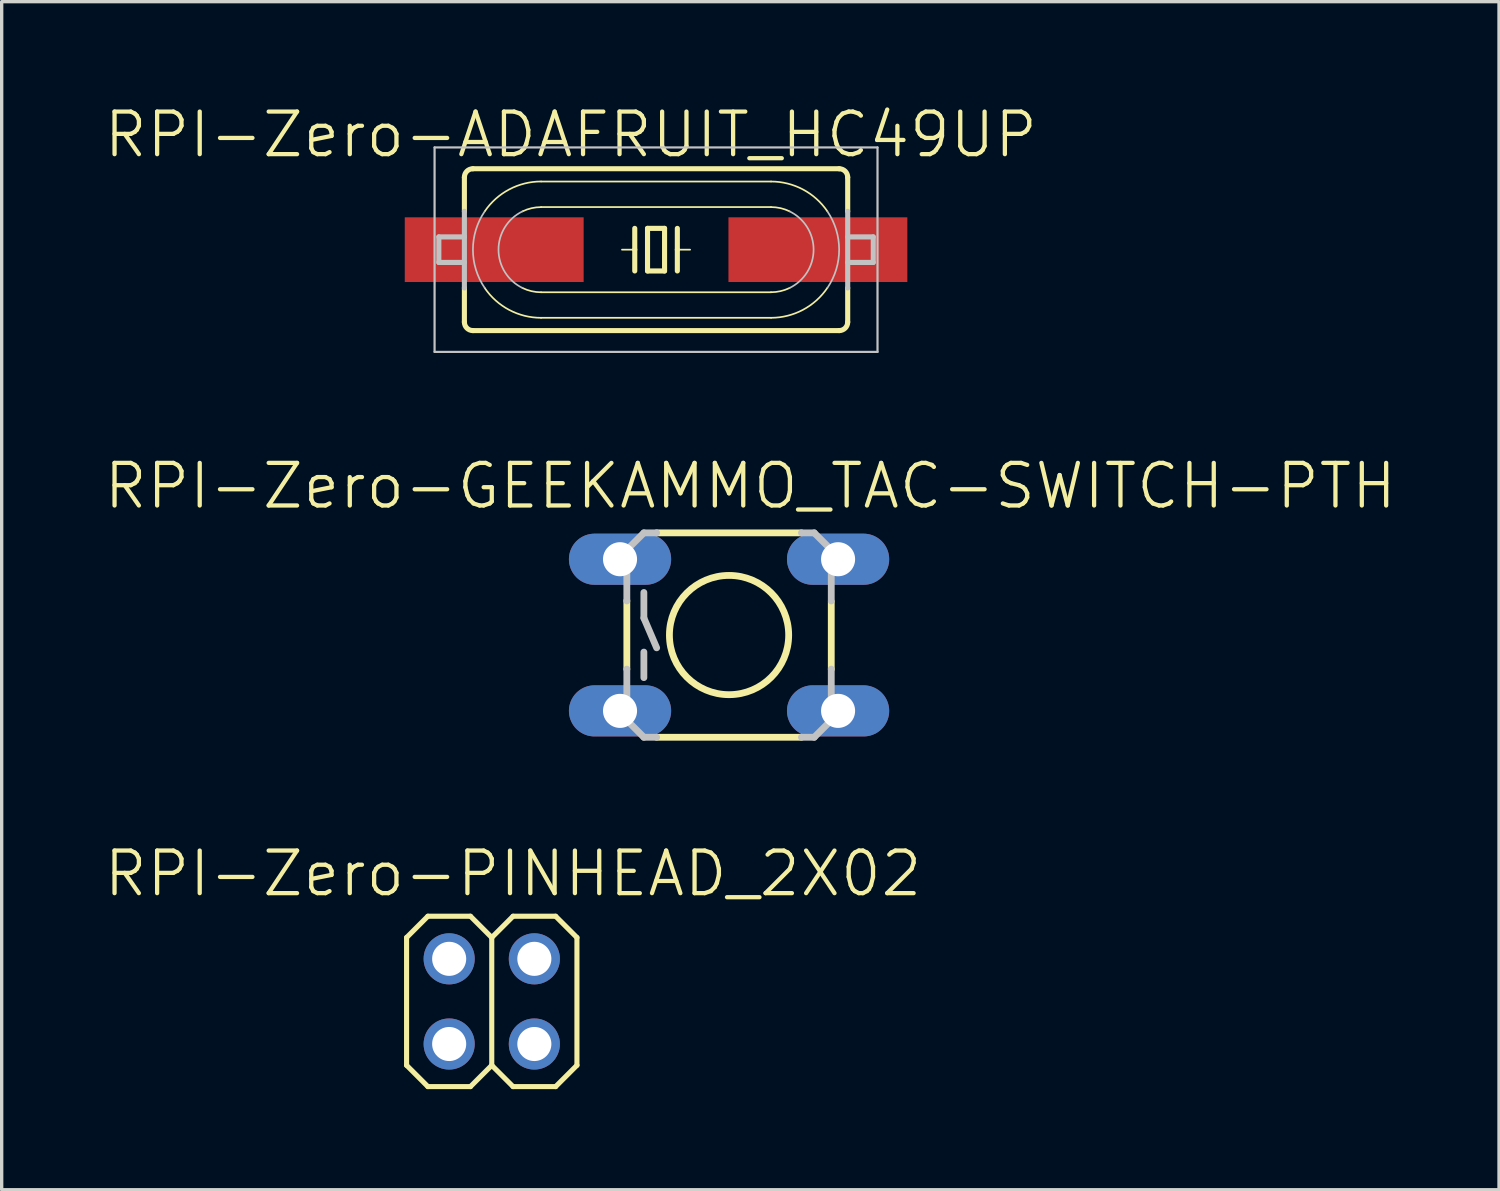
<source format=kicad_pcb>
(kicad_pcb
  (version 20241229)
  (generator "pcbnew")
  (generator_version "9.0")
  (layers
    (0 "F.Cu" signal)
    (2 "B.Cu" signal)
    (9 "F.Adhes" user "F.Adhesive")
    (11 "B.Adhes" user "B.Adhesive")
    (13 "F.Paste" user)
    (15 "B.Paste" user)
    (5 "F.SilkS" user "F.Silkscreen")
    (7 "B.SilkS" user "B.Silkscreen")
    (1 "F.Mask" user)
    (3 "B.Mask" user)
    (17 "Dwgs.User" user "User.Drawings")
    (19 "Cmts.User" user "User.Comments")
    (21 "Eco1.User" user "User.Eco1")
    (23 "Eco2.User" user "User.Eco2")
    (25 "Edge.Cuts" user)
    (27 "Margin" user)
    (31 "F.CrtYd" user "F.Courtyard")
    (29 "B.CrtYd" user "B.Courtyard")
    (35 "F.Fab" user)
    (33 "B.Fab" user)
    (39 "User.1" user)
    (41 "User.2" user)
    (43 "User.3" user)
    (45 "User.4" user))
  (footprint "RPI-Zero-ADAFRUIT_HC49UP"
    (layer "F.Cu")
    (at 16.513 4.395)
    (property "Reference" "RPI-Zero-ADAFRUIT_HC49UP" (at -2.54 -3.429 0) (layer "F.SilkS") (effects (font (size 1.27 1.27) (thickness 0.127))))
    (attr smd)
    (fp_line (start -5.715 -1.143) (end -5.715 -2.159) (stroke (width 0.152) (type solid)) (layer "F.SilkS"))
    (fp_line (start -5.715 2.159) (end -5.715 1.143) (stroke (width 0.152) (type solid)) (layer "F.SilkS"))
    (fp_line (start -3.429 -2.032) (end 3.429 -2.032) (stroke (width 0.051) (type solid)) (layer "F.SilkS"))
    (fp_line (start -3.429 -1.27) (end 3.429 -1.27) (stroke (width 0.051) (type solid)) (layer "F.SilkS"))
    (fp_line (start -0.635 -0.635) (end -0.635 0) (stroke (width 0.152) (type solid)) (layer "F.SilkS"))
    (fp_line (start -0.635 0) (end -1.016 0) (stroke (width 0.051) (type solid)) (layer "F.SilkS"))
    (fp_line (start -0.635 0) (end -0.635 0.635) (stroke (width 0.152) (type solid)) (layer "F.SilkS"))
    (fp_line (start -0.254 -0.635) (end -0.254 0.635) (stroke (width 0.152) (type solid)) (layer "F.SilkS"))
    (fp_line (start -0.254 0.635) (end 0.254 0.635) (stroke (width 0.152) (type solid)) (layer "F.SilkS"))
    (fp_line (start 0.254 -0.635) (end -0.254 -0.635) (stroke (width 0.152) (type solid)) (layer "F.SilkS"))
    (fp_line (start 0.254 0.635) (end 0.254 -0.635) (stroke (width 0.152) (type solid)) (layer "F.SilkS"))
    (fp_line (start 0.635 -0.635) (end 0.635 0) (stroke (width 0.152) (type solid)) (layer "F.SilkS"))
    (fp_line (start 0.635 0) (end 0.635 0.635) (stroke (width 0.152) (type solid)) (layer "F.SilkS"))
    (fp_line (start 0.635 0) (end 1.016 0) (stroke (width 0.051) (type solid)) (layer "F.SilkS"))
    (fp_line (start 3.429 1.27) (end -3.429 1.27) (stroke (width 0.051) (type solid)) (layer "F.SilkS"))
    (fp_line (start 3.429 2.032) (end -3.429 2.032) (stroke (width 0.051) (type solid)) (layer "F.SilkS"))
    (fp_line (start 5.461 -2.413) (end -5.461 -2.413) (stroke (width 0.152) (type solid)) (layer "F.SilkS"))
    (fp_line (start 5.461 2.413) (end -5.461 2.413) (stroke (width 0.152) (type solid)) (layer "F.SilkS"))
    (fp_line (start 5.715 -1.143) (end 5.715 -2.159) (stroke (width 0.152) (type solid)) (layer "F.SilkS"))
    (fp_line (start 5.715 2.159) (end 5.715 1.143) (stroke (width 0.152) (type solid)) (layer "F.SilkS"))
    (fp_arc (start -5.715 -2.159) (mid -5.640605 -2.338605) (end -5.461 -2.413) (stroke (width 0.1524) (type solid)) (layer "F.SilkS"))
    (fp_arc (start -5.461 2.413) (mid -5.640605 2.338605) (end -5.715 2.159) (stroke (width 0.1524) (type solid)) (layer "F.SilkS"))
    (fp_arc (start -5.10794 -1.143) (mid -4.379218 -1.796128) (end -3.429787 -2.033178) (stroke (width 0.0508) (type solid)) (layer "F.SilkS"))
    (fp_arc (start -3.98018 -1.143) (mid -3.711094 -1.237203) (end -3.427769 -1.268955) (stroke (width 0.0508) (type solid)) (layer "F.SilkS"))
    (fp_arc (start -3.429 1.27) (mid -3.712527 1.237947) (end -3.981743 1.143405) (stroke (width 0.0508) (type solid)) (layer "F.SilkS"))
    (fp_arc (start -3.429 2.032) (mid -4.378266 1.796641) (end -5.107632 1.145085) (stroke (width 0.0508) (type solid)) (layer "F.SilkS"))
    (fp_arc (start 3.429 -2.032) (mid 4.378266 -1.796641) (end 5.107632 -1.145085) (stroke (width 0.0508) (type solid)) (layer "F.SilkS"))
    (fp_arc (start 3.429 -1.27) (mid 3.712527 -1.237947) (end 3.981743 -1.143405) (stroke (width 0.0508) (type solid)) (layer "F.SilkS"))
    (fp_arc (start 3.98018 1.143) (mid 3.711094 1.237203) (end 3.427769 1.268955) (stroke (width 0.0508) (type solid)) (layer "F.SilkS"))
    (fp_arc (start 5.10794 1.14046) (mid 4.380405 1.793882) (end 3.431886 2.031747) (stroke (width 0.0508) (type solid)) (layer "F.SilkS"))
    (fp_arc (start 5.461 -2.413) (mid 5.640605 -2.338605) (end 5.715 -2.159) (stroke (width 0.1524) (type solid)) (layer "F.SilkS"))
    (fp_arc (start 5.715 2.159) (mid 5.640605 2.338605) (end 5.461 2.413) (stroke (width 0.1524) (type solid)) (layer "F.SilkS"))
    (fp_line (start -6.604 -3.048) (end 6.604 -3.048) (stroke (width 0.066) (type solid)) (layer "Dwgs.User"))
    (fp_line (start -6.604 3.048) (end -6.604 -3.048) (stroke (width 0.066) (type solid)) (layer "Dwgs.User"))
    (fp_line (start -6.604 3.048) (end 6.604 3.048) (stroke (width 0.066) (type solid)) (layer "Dwgs.User"))
    (fp_line (start -6.477 0.381) (end -6.477 -0.381) (stroke (width 0.152) (type solid)) (layer "Dwgs.User"))
    (fp_line (start -5.715 -0.381) (end -6.477 -0.381) (stroke (width 0.152) (type solid)) (layer "Dwgs.User"))
    (fp_line (start -5.715 -0.381) (end -5.715 -1.143) (stroke (width 0.152) (type solid)) (layer "Dwgs.User"))
    (fp_line (start -5.715 0.381) (end -6.477 0.381) (stroke (width 0.152) (type solid)) (layer "Dwgs.User"))
    (fp_line (start -5.715 0.381) (end -5.715 -0.381) (stroke (width 0.152) (type solid)) (layer "Dwgs.User"))
    (fp_line (start -5.715 1.143) (end -5.715 0.381) (stroke (width 0.152) (type solid)) (layer "Dwgs.User"))
    (fp_line (start 5.715 -0.381) (end 6.477 -0.381) (stroke (width 0.152) (type solid)) (layer "Dwgs.User"))
    (fp_line (start 5.715 0.381) (end 6.477 0.381) (stroke (width 0.152) (type solid)) (layer "Dwgs.User"))
    (fp_line (start 5.715 1.143) (end 5.715 -1.143) (stroke (width 0.152) (type solid)) (layer "Dwgs.User"))
    (fp_line (start 6.477 0.381) (end 6.477 -0.381) (stroke (width 0.152) (type solid)) (layer "Dwgs.User"))
    (fp_line (start 6.604 3.048) (end 6.604 -3.048) (stroke (width 0.066) (type solid)) (layer "Dwgs.User"))
    (fp_arc (start -5.10794 1.143) (mid -5.46008 0.001649) (end -5.109794 -1.140273) (stroke (width 0.0508) (type solid)) (layer "Dwgs.User"))
    (fp_arc (start -3.98018 1.143) (mid -4.697953 0.002339) (end -3.98439 -1.14096) (stroke (width 0.0508) (type solid)) (layer "Dwgs.User"))
    (fp_arc (start 3.98018 -1.143) (mid 4.697953 -0.002339) (end 3.98439 1.14096) (stroke (width 0.0508) (type solid)) (layer "Dwgs.User"))
    (fp_arc (start 5.10794 -1.143) (mid 5.46008 -0.001649) (end 5.109794 1.140273) (stroke (width 0.0508) (type solid)) (layer "Dwgs.User"))
    (pad "1" smd rect (at -4.826 0) (size 5.334 1.93) (layers "F.Cu" "F.Mask" "F.Paste"))
    (pad "2" smd rect (at 4.826 0) (size 5.334 1.93) (layers "F.Cu" "F.Mask" "F.Paste")))
  (footprint "RPI-Zero-GEEKAMMO_TAC-SWITCH-PTH"
    (layer "F.Cu")
    (at 18.69 15.887)
    (property "Reference" "RPI-Zero-GEEKAMMO_TAC-SWITCH-PTH" (at 0.635 -4.445 0) (layer "F.SilkS") (effects (font (size 1.27 1.27) (thickness 0.127))))
    (attr exclude_from_pos_files exclude_from_bom)
    (fp_line (start -3.048 -1.026) (end -3.048 1.016) (stroke (width 0.203) (type solid)) (layer "F.SilkS"))
    (fp_line (start -2.159 3.048) (end 2.159 3.048) (stroke (width 0.203) (type solid)) (layer "F.SilkS"))
    (fp_line (start 2.159 -3.048) (end -2.159 -3.048) (stroke (width 0.203) (type solid)) (layer "F.SilkS"))
    (fp_line (start 3.048 -0.996) (end 3.048 1.016) (stroke (width 0.203) (type solid)) (layer "F.SilkS"))
    (fp_circle (center 0 0) (end 0 -1.778) (stroke (width 0.203) (type solid)) (fill no) (layer "F.SilkS"))
    (fp_line (start -3.048 -2.54) (end -3.048 -1.016) (stroke (width 0.203) (type solid)) (layer "Dwgs.User"))
    (fp_line (start -3.048 2.54) (end -3.048 1.016) (stroke (width 0.203) (type solid)) (layer "Dwgs.User"))
    (fp_line (start -2.54 -3.048) (end -3.048 -2.54) (stroke (width 0.203) (type solid)) (layer "Dwgs.User"))
    (fp_line (start -2.54 -3.048) (end -2.159 -3.048) (stroke (width 0.203) (type solid)) (layer "Dwgs.User"))
    (fp_line (start -2.54 -1.27) (end -2.54 -0.508) (stroke (width 0.203) (type solid)) (layer "Dwgs.User"))
    (fp_line (start -2.54 -0.508) (end -2.159 0.381) (stroke (width 0.203) (type solid)) (layer "Dwgs.User"))
    (fp_line (start -2.54 0.508) (end -2.54 1.27) (stroke (width 0.203) (type solid)) (layer "Dwgs.User"))
    (fp_line (start -2.54 3.048) (end -3.048 2.54) (stroke (width 0.203) (type solid)) (layer "Dwgs.User"))
    (fp_line (start -2.54 3.048) (end -2.159 3.048) (stroke (width 0.203) (type solid)) (layer "Dwgs.User"))
    (fp_line (start 2.54 -3.048) (end 2.159 -3.048) (stroke (width 0.203) (type solid)) (layer "Dwgs.User"))
    (fp_line (start 2.54 3.048) (end 2.159 3.048) (stroke (width 0.203) (type solid)) (layer "Dwgs.User"))
    (fp_line (start 2.54 3.048) (end 3.048 2.54) (stroke (width 0.203) (type solid)) (layer "Dwgs.User"))
    (fp_line (start 3.048 -2.54) (end 2.54 -3.048) (stroke (width 0.203) (type solid)) (layer "Dwgs.User"))
    (fp_line (start 3.048 -1.016) (end 3.048 -2.54) (stroke (width 0.203) (type solid)) (layer "Dwgs.User"))
    (fp_line (start 3.048 2.54) (end 3.048 1.016) (stroke (width 0.203) (type solid)) (layer "Dwgs.User"))
    (pad "1" thru_hole oval (at -3.251 -2.261 90) (size 1.524 3.048) (drill 1.016) (layers "*.Cu" "*.Paste" "*.Mask"))
    (pad "2" thru_hole oval (at 3.251 -2.261 90) (size 1.524 3.048) (drill 1.016) (layers "*.Cu" "*.Paste" "*.Mask"))
    (pad "3" thru_hole oval (at -3.251 2.261 90) (size 1.524 3.048) (drill 1.016) (layers "*.Cu" "*.Paste" "*.Mask"))
    (pad "4" thru_hole oval (at 3.251 2.261 90) (size 1.524 3.048) (drill 1.016) (layers "*.Cu" "*.Paste" "*.Mask")))
  (footprint "RPI-Zero-PINHEAD_2X02"
    (layer "F.Cu")
    (at 11.614 26.812)
    (property "Reference" "RPI-Zero-PINHEAD_2X02" (at 0.635 -3.81 0) (layer "F.SilkS") (effects (font (size 1.27 1.27) (thickness 0.127))))
    (attr exclude_from_pos_files exclude_from_bom)
    (fp_line (start -2.54 -1.905) (end -1.905 -2.54) (stroke (width 0.152) (type solid)) (layer "F.SilkS"))
    (fp_line (start -2.54 1.905) (end -2.54 -1.905) (stroke (width 0.152) (type solid)) (layer "F.SilkS"))
    (fp_line (start -2.54 1.905) (end -1.905 2.54) (stroke (width 0.152) (type solid)) (layer "F.SilkS"))
    (fp_line (start -1.905 -2.54) (end -0.635 -2.54) (stroke (width 0.152) (type solid)) (layer "F.SilkS"))
    (fp_line (start -1.905 2.54) (end -0.635 2.54) (stroke (width 0.152) (type solid)) (layer "F.SilkS"))
    (fp_line (start -0.635 -2.54) (end 0 -1.905) (stroke (width 0.152) (type solid)) (layer "F.SilkS"))
    (fp_line (start -0.635 2.54) (end 0 1.905) (stroke (width 0.152) (type solid)) (layer "F.SilkS"))
    (fp_line (start 0 -1.905) (end 0 1.905) (stroke (width 0.152) (type solid)) (layer "F.SilkS"))
    (fp_line (start 0 -1.905) (end 0.635 -2.54) (stroke (width 0.152) (type solid)) (layer "F.SilkS"))
    (fp_line (start 0 1.905) (end 0.635 2.54) (stroke (width 0.152) (type solid)) (layer "F.SilkS"))
    (fp_line (start 0.635 -2.54) (end 1.905 -2.54) (stroke (width 0.152) (type solid)) (layer "F.SilkS"))
    (fp_line (start 0.635 2.54) (end 1.905 2.54) (stroke (width 0.152) (type solid)) (layer "F.SilkS"))
    (fp_line (start 1.905 -2.54) (end 2.54 -1.905) (stroke (width 0.152) (type solid)) (layer "F.SilkS"))
    (fp_line (start 1.905 2.54) (end 2.54 1.905) (stroke (width 0.152) (type solid)) (layer "F.SilkS"))
    (fp_line (start 2.54 -1.905) (end 2.54 1.905) (stroke (width 0.152) (type solid)) (layer "F.SilkS"))
    (fp_line (start -1.524 -1.524) (end -1.016 -1.524) (stroke (width 0.066) (type solid)) (layer "Dwgs.User"))
    (fp_line (start -1.524 -1.016) (end -1.524 -1.524) (stroke (width 0.066) (type solid)) (layer "Dwgs.User"))
    (fp_line (start -1.524 -1.016) (end -1.016 -1.016) (stroke (width 0.066) (type solid)) (layer "Dwgs.User"))
    (fp_line (start -1.524 1.016) (end -1.016 1.016) (stroke (width 0.066) (type solid)) (layer "Dwgs.User"))
    (fp_line (start -1.524 1.524) (end -1.524 1.016) (stroke (width 0.066) (type solid)) (layer "Dwgs.User"))
    (fp_line (start -1.524 1.524) (end -1.016 1.524) (stroke (width 0.066) (type solid)) (layer "Dwgs.User"))
    (fp_line (start -1.016 -1.016) (end -1.016 -1.524) (stroke (width 0.066) (type solid)) (layer "Dwgs.User"))
    (fp_line (start -1.016 1.524) (end -1.016 1.016) (stroke (width 0.066) (type solid)) (layer "Dwgs.User"))
    (fp_line (start 1.016 -1.524) (end 1.524 -1.524) (stroke (width 0.066) (type solid)) (layer "Dwgs.User"))
    (fp_line (start 1.016 -1.016) (end 1.016 -1.524) (stroke (width 0.066) (type solid)) (layer "Dwgs.User"))
    (fp_line (start 1.016 -1.016) (end 1.524 -1.016) (stroke (width 0.066) (type solid)) (layer "Dwgs.User"))
    (fp_line (start 1.016 1.016) (end 1.524 1.016) (stroke (width 0.066) (type solid)) (layer "Dwgs.User"))
    (fp_line (start 1.016 1.524) (end 1.016 1.016) (stroke (width 0.066) (type solid)) (layer "Dwgs.User"))
    (fp_line (start 1.016 1.524) (end 1.524 1.524) (stroke (width 0.066) (type solid)) (layer "Dwgs.User"))
    (fp_line (start 1.524 -1.016) (end 1.524 -1.524) (stroke (width 0.066) (type solid)) (layer "Dwgs.User"))
    (fp_line (start 1.524 1.524) (end 1.524 1.016) (stroke (width 0.066) (type solid)) (layer "Dwgs.User"))
    (pad "1" thru_hole circle (at -1.27 1.27) (size 1.524 1.524) (drill 1.016) (layers "*.Cu" "*.Paste" "*.Mask"))
    (pad "2" thru_hole circle (at -1.27 -1.27) (size 1.524 1.524) (drill 1.016) (layers "*.Cu" "*.Paste" "*.Mask"))
    (pad "3" thru_hole circle (at 1.27 1.27) (size 1.524 1.524) (drill 1.016) (layers "*.Cu" "*.Paste" "*.Mask"))
    (pad "4" thru_hole circle (at 1.27 -1.27) (size 1.524 1.524) (drill 1.016) (layers "*.Cu" "*.Paste" "*.Mask")))
  (gr_rect
    (start -3 -3)
    (end 41.65 32.428)
    (stroke (width 0.1) (type default))
    (fill no)
    (layer "Edge.Cuts")))
</source>
